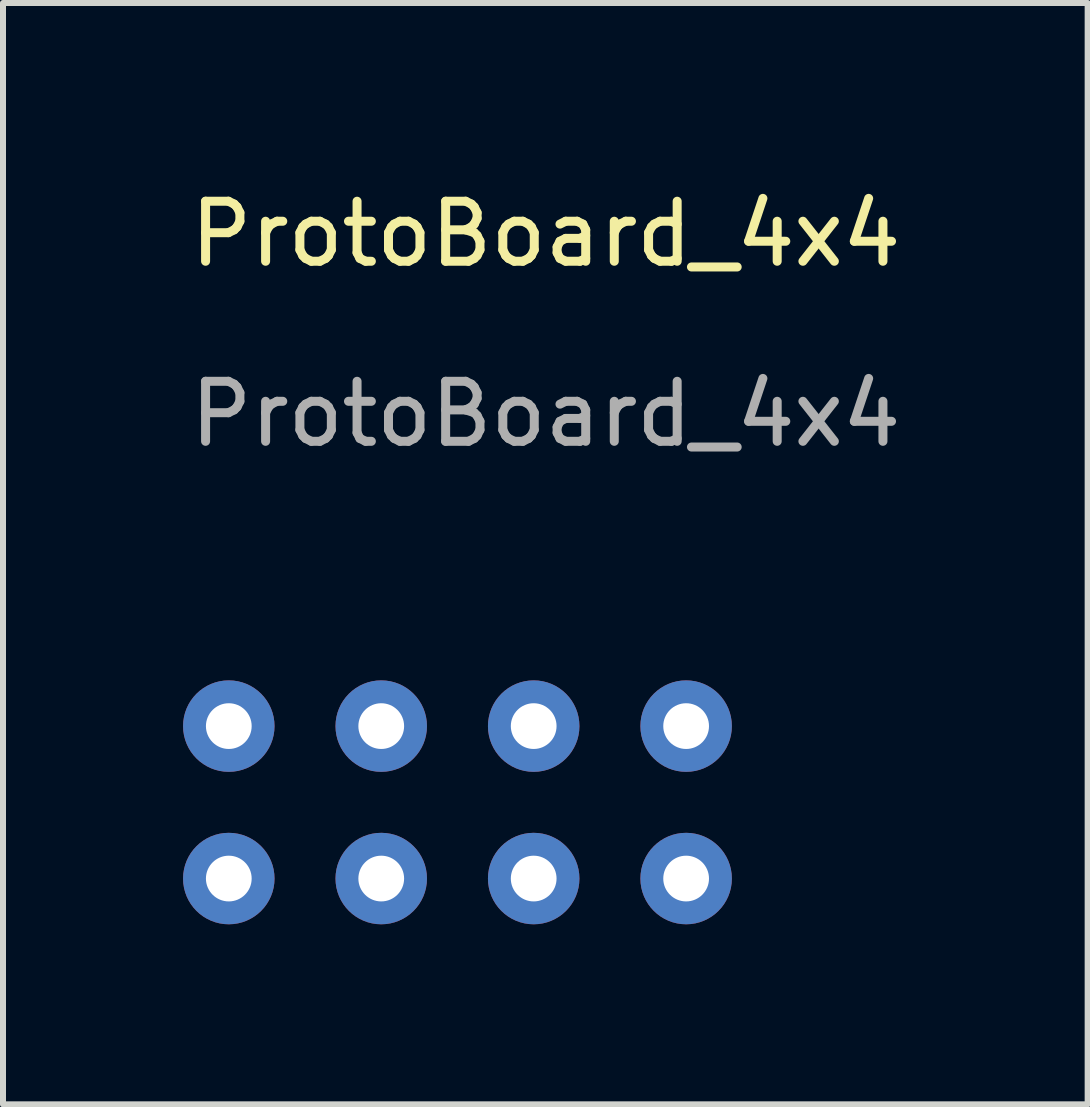
<source format=kicad_pcb>
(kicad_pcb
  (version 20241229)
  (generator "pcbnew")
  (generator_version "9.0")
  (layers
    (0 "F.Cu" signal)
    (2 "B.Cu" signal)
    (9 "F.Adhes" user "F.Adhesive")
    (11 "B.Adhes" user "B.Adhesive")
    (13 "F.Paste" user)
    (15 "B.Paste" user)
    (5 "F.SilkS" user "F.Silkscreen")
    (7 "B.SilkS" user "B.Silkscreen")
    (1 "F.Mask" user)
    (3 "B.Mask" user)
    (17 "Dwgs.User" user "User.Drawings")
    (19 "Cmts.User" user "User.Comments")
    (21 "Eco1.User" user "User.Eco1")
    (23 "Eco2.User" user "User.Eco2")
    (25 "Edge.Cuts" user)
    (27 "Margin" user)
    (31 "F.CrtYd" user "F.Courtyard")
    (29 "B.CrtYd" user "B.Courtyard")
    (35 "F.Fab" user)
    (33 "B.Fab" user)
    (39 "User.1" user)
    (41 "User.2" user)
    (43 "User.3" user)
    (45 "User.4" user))
  (footprint "ProtoBoard_4x4"
    (layer "F.Cu")
    (at 5.842 9.048)
    (property "Reference" "ProtoBoard_4x4" (at 0.2 -8.2 0) (unlocked yes) (layer "F.SilkS") (effects (font (size 1 1) (thickness 0.15))))
    (attr through_hole)
    (fp_text user "${REFERENCE}" (at 0.2 -5.2 0) (unlocked yes) (layer "F.Fab") (effects (font (size 1 1) (thickness 0.15))))
    (pad "1" thru_hole circle (at -5.08 0) (size 1.524 1.524) (drill 0.762) (layers "*.Cu" "*.Mask"))
    (pad "2" thru_hole circle (at -2.54 0) (size 1.524 1.524) (drill 0.762) (layers "*.Cu" "*.Mask"))
    (pad "3" thru_hole circle (at 0 0) (size 1.524 1.524) (drill 0.762) (layers "*.Cu" "*.Mask"))
    (pad "4" thru_hole circle (at 2.54 0) (size 1.524 1.524) (drill 0.762) (layers "*.Cu" "*.Mask"))
    (pad "5" thru_hole circle (at -5.08 2.54) (size 1.524 1.524) (drill 0.762) (layers "*.Cu" "*.Mask"))
    (pad "6" thru_hole circle (at -2.54 2.54) (size 1.524 1.524) (drill 0.762) (layers "*.Cu" "*.Mask"))
    (pad "7" thru_hole circle (at 0 2.54) (size 1.524 1.524) (drill 0.762) (layers "*.Cu" "*.Mask"))
    (pad "8" thru_hole circle (at 2.54 2.54) (size 1.524 1.524) (drill 0.762) (layers "*.Cu" "*.Mask")))
  (gr_rect
    (start -3 -3)
    (end 15.072 15.35)
    (stroke (width 0.1) (type default))
    (fill no)
    (layer "Edge.Cuts")))
</source>
